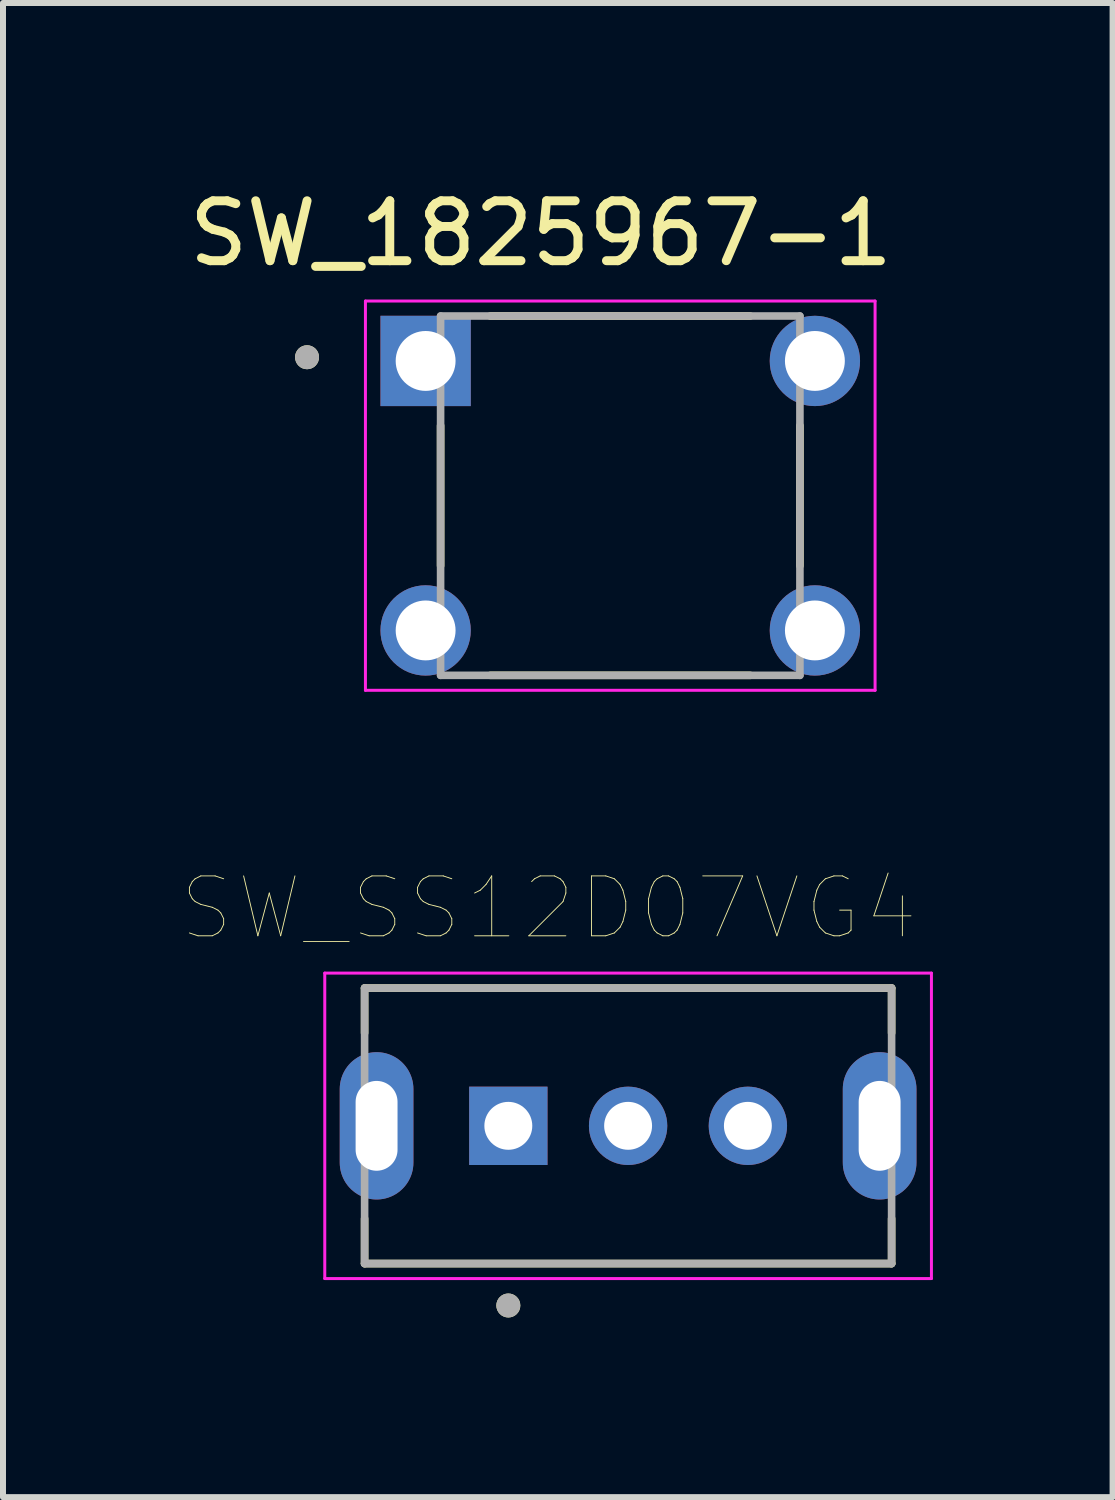
<source format=kicad_pcb>
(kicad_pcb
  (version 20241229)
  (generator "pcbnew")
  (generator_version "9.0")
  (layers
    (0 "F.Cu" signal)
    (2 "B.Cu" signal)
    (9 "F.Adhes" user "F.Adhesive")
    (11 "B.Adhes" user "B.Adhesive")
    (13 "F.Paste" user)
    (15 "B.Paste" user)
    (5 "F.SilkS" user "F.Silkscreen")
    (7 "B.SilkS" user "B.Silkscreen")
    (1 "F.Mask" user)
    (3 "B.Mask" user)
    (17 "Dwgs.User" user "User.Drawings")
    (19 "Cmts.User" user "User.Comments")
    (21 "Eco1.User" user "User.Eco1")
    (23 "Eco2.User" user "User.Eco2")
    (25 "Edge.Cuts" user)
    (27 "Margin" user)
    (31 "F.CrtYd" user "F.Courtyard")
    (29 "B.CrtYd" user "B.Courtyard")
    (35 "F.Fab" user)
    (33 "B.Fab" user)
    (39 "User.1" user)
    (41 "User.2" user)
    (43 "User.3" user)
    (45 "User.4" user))
  (footprint "SW_1825967-1"
    (layer "F.Cu")
    (at 7.307 5.227)
    (property "Reference" "SW_1825967-1" (at -1.325 -4.379 0) (layer "F.SilkS") (effects (font (size 1 1) (thickness 0.15))))
    (attr through_hole)
    (fp_line (start -3 1.17) (end -3 -1.17) (stroke (width 0.127) (type solid)) (layer "F.SilkS"))
    (fp_line (start -2.17 3) (end 2.17 3) (stroke (width 0.127) (type solid)) (layer "F.SilkS"))
    (fp_line (start 2.17 -3) (end -2.17 -3) (stroke (width 0.127) (type solid)) (layer "F.SilkS"))
    (fp_line (start 3 -1.17) (end 3 1.17) (stroke (width 0.127) (type solid)) (layer "F.SilkS"))
    (fp_circle (center -5.23 -2.312) (end -5.13 -2.312) (stroke (width 0.2) (type solid)) (fill no) (layer "F.SilkS"))
    (fp_line (start -4.255 -3.25) (end -4.255 3.25) (stroke (width 0.05) (type solid)) (layer "F.CrtYd"))
    (fp_line (start -4.255 3.25) (end 4.255 3.25) (stroke (width 0.05) (type solid)) (layer "F.CrtYd"))
    (fp_line (start 4.255 -3.25) (end -4.255 -3.25) (stroke (width 0.05) (type solid)) (layer "F.CrtYd"))
    (fp_line (start 4.255 3.25) (end 4.255 -3.25) (stroke (width 0.05) (type solid)) (layer "F.CrtYd"))
    (fp_line (start -3 -3) (end -3 3) (stroke (width 0.127) (type solid)) (layer "F.Fab"))
    (fp_line (start -3 3) (end 3 3) (stroke (width 0.127) (type solid)) (layer "F.Fab"))
    (fp_line (start 3 -3) (end -3 -3) (stroke (width 0.127) (type solid)) (layer "F.Fab"))
    (fp_line (start 3 3) (end 3 -3) (stroke (width 0.127) (type solid)) (layer "F.Fab"))
    (fp_circle (center -5.23 -2.312) (end -5.13 -2.312) (stroke (width 0.2) (type solid)) (fill no) (layer "F.Fab"))
    (pad "1" thru_hole rect (at -3.25 -2.25) (size 1.508 1.508) (drill 1) (layers "*.Cu" "*.Mask"))
    (pad "2" thru_hole circle (at 3.25 -2.25) (size 1.508 1.508) (drill 1) (layers "*.Cu" "*.Mask"))
    (pad "3" thru_hole circle (at -3.25 2.25) (size 1.508 1.508) (drill 1) (layers "*.Cu" "*.Mask"))
    (pad "4" thru_hole circle (at 3.25 2.25) (size 1.508 1.508) (drill 1) (layers "*.Cu" "*.Mask")))
  (footprint "SW_SS12D07VG4"
    (layer "F.Cu")
    (at 7.438 15.749)
    (property "Reference" "SW_SS12D07VG4" (at -1.325 -3.635 0) (layer "F.SilkS") (effects (font (size 1 1) (thickness 0.015))))
    (attr through_hole)
    (fp_line (start -4.4 -2.3) (end -4.4 -1.55) (stroke (width 0.127) (type solid)) (layer "F.SilkS"))
    (fp_line (start -4.4 2.3) (end -4.4 1.55) (stroke (width 0.127) (type solid)) (layer "F.SilkS"))
    (fp_line (start -4.4 2.3) (end 4.4 2.3) (stroke (width 0.127) (type solid)) (layer "F.SilkS"))
    (fp_line (start 4.4 -2.3) (end -4.4 -2.3) (stroke (width 0.127) (type solid)) (layer "F.SilkS"))
    (fp_line (start 4.4 -2.3) (end 4.4 -1.55) (stroke (width 0.127) (type solid)) (layer "F.SilkS"))
    (fp_line (start 4.4 2.3) (end 4.4 1.55) (stroke (width 0.127) (type solid)) (layer "F.SilkS"))
    (fp_circle (center -2 3) (end -1.9 3) (stroke (width 0.2) (type solid)) (fill no) (layer "F.SilkS"))
    (fp_line (start -5.065 -2.55) (end -5.065 2.55) (stroke (width 0.05) (type solid)) (layer "F.CrtYd"))
    (fp_line (start -5.065 2.55) (end 5.065 2.55) (stroke (width 0.05) (type solid)) (layer "F.CrtYd"))
    (fp_line (start 5.065 -2.55) (end -5.065 -2.55) (stroke (width 0.05) (type solid)) (layer "F.CrtYd"))
    (fp_line (start 5.065 2.55) (end 5.065 -2.55) (stroke (width 0.05) (type solid)) (layer "F.CrtYd"))
    (fp_line (start -4.4 -2.3) (end -4.4 2.3) (stroke (width 0.127) (type solid)) (layer "F.Fab"))
    (fp_line (start -4.4 2.3) (end 4.4 2.3) (stroke (width 0.127) (type solid)) (layer "F.Fab"))
    (fp_line (start 4.4 -2.3) (end -4.4 -2.3) (stroke (width 0.127) (type solid)) (layer "F.Fab"))
    (fp_line (start 4.4 2.3) (end 4.4 -2.3) (stroke (width 0.127) (type solid)) (layer "F.Fab"))
    (fp_circle (center -2 3) (end -1.9 3) (stroke (width 0.2) (type solid)) (fill no) (layer "F.Fab"))
    (pad "1" thru_hole rect (at -2 0) (size 1.308 1.308) (drill 0.8) (layers "*.Cu" "*.Mask"))
    (pad "2" thru_hole circle (at 0 0) (size 1.308 1.308) (drill 0.8) (layers "*.Cu" "*.Mask"))
    (pad "3" thru_hole circle (at 2 0) (size 1.308 1.308) (drill 0.8) (layers "*.Cu" "*.Mask"))
    (pad "S1" thru_hole oval (at -4.2 0) (size 1.23 2.46) (drill oval 0.7 1.5) (layers "*.Cu" "*.Mask"))
    (pad "S2" thru_hole oval (at 4.2 0) (size 1.23 2.46) (drill oval 0.7 1.5) (layers "*.Cu" "*.Mask")))
  (gr_rect
    (start -3 -3)
    (end 15.528 21.949)
    (stroke (width 0.1) (type default))
    (fill no)
    (layer "Edge.Cuts")))
</source>
